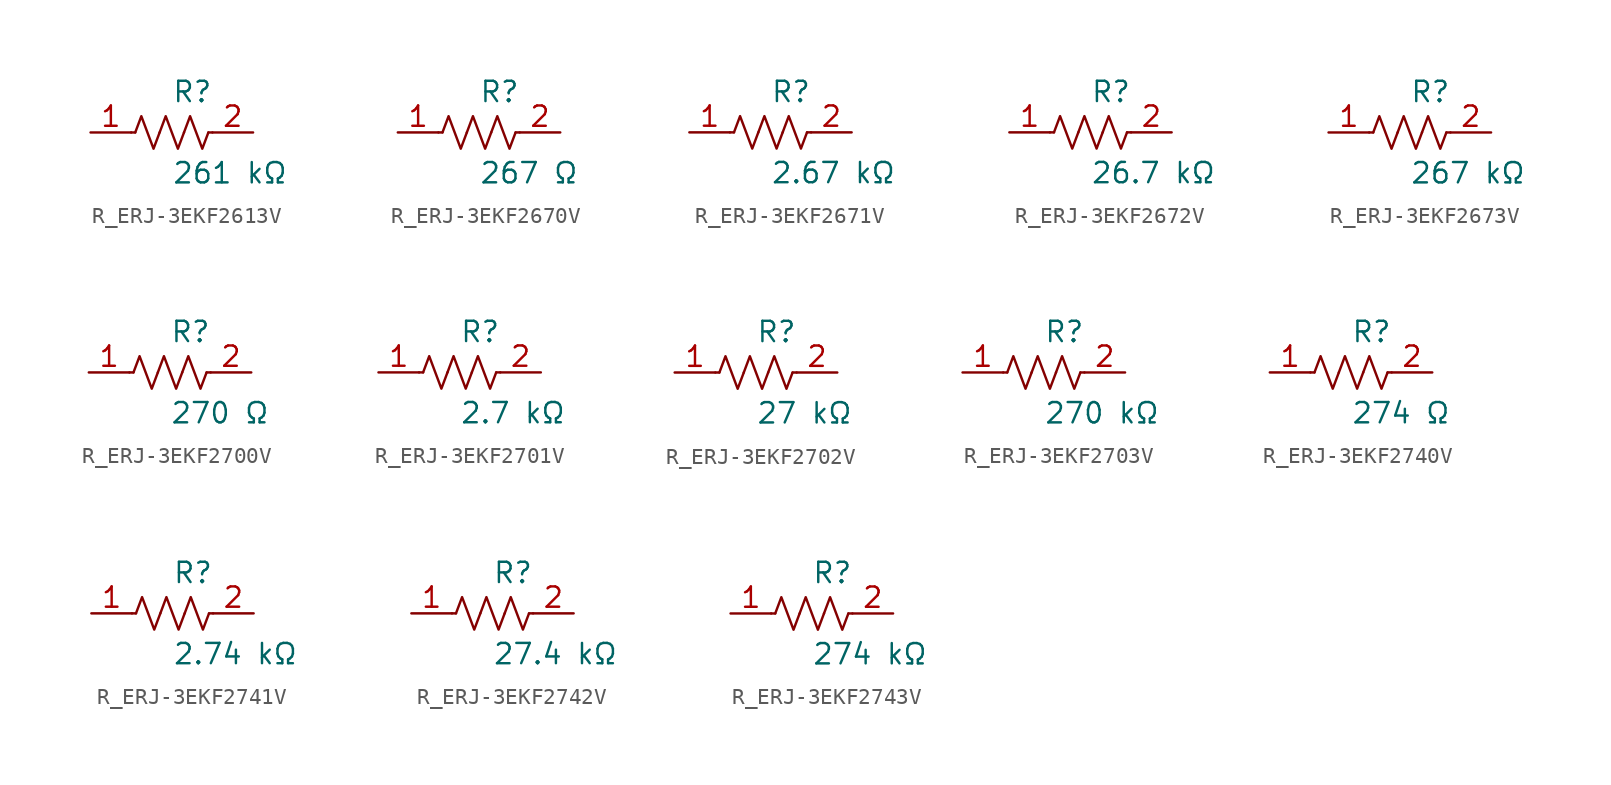
<source format=kicad_sym>
(kicad_symbol_lib
  (version 20231120)
  (generator kicad_symbol_editor)
  (generator_version 8.0)
  (symbol "R_ERJ-3EKF2613V"
    (pin_names
      (offset 0.254))
    (property "Reference" "R"
      (at 0.0 2.54 0)
      (effects (font (size 1.27 1.27)) (justify left)))
    (property "Value" "261 kΩ"
      (at 0.0 -2.54 0)
      (effects (font (size 1.27 1.27)) (justify left)))
    (symbol "R_ERJ-3EKF2613V_0_1"
      (polyline (pts (xy 2.286 0) (xy 2.54 0)) (stroke (width 0) (type default)) (fill (type none)))
      (polyline (pts (xy -2.286 0) (xy -2.54 0)) (stroke (width 0) (type default)) (fill (type none)))
      (polyline (pts (xy 0.762 0) (xy 1.143 1.016) (xy 1.524 0) (xy 1.905 -1.016) (xy 2.286 0)) (stroke (width 0) (type default)) (fill (type none)))
      (polyline (pts (xy -0.762 0) (xy -0.381 1.016) (xy 0 0) (xy 0.381 -1.016) (xy 0.762 0)) (stroke (width 0) (type default)) (fill (type none)))
      (polyline (pts (xy -2.286 0) (xy -1.905 1.016) (xy -1.524 0) (xy -1.143 -1.016) (xy -0.762 0)) (stroke (width 0) (type default)) (fill (type none))))
    (pin unspecified line
      (at -5.08 0 0)
      (length 2.54)
      (name "" (effects (font (size 1.27 1.27))))
      (number "1" (effects (font (size 1.27 1.27)))))
    (pin unspecified line
      (at 5.08 0 180)
      (length 2.54)
      (name "" (effects (font (size 1.27 1.27))))
      (number "2" (effects (font (size 1.27 1.27))))))
  (symbol "R_ERJ-3EKF2670V"
    (pin_names
      (offset 0.254))
    (property "Reference" "R"
      (at 0.0 2.54 0)
      (effects (font (size 1.27 1.27)) (justify left)))
    (property "Value" "267 Ω"
      (at 0.0 -2.54 0)
      (effects (font (size 1.27 1.27)) (justify left)))
    (symbol "R_ERJ-3EKF2670V_0_1"
      (polyline (pts (xy 2.286 0) (xy 2.54 0)) (stroke (width 0) (type default)) (fill (type none)))
      (polyline (pts (xy -2.286 0) (xy -2.54 0)) (stroke (width 0) (type default)) (fill (type none)))
      (polyline (pts (xy 0.762 0) (xy 1.143 1.016) (xy 1.524 0) (xy 1.905 -1.016) (xy 2.286 0)) (stroke (width 0) (type default)) (fill (type none)))
      (polyline (pts (xy -0.762 0) (xy -0.381 1.016) (xy 0 0) (xy 0.381 -1.016) (xy 0.762 0)) (stroke (width 0) (type default)) (fill (type none)))
      (polyline (pts (xy -2.286 0) (xy -1.905 1.016) (xy -1.524 0) (xy -1.143 -1.016) (xy -0.762 0)) (stroke (width 0) (type default)) (fill (type none))))
    (pin unspecified line
      (at -5.08 0 0)
      (length 2.54)
      (name "" (effects (font (size 1.27 1.27))))
      (number "1" (effects (font (size 1.27 1.27)))))
    (pin unspecified line
      (at 5.08 0 180)
      (length 2.54)
      (name "" (effects (font (size 1.27 1.27))))
      (number "2" (effects (font (size 1.27 1.27))))))
  (symbol "R_ERJ-3EKF2671V"
    (pin_names
      (offset 0.254))
    (property "Reference" "R"
      (at 0.0 2.54 0)
      (effects (font (size 1.27 1.27)) (justify left)))
    (property "Value" "2.67 kΩ"
      (at 0.0 -2.54 0)
      (effects (font (size 1.27 1.27)) (justify left)))
    (symbol "R_ERJ-3EKF2671V_0_1"
      (polyline (pts (xy 2.286 0) (xy 2.54 0)) (stroke (width 0) (type default)) (fill (type none)))
      (polyline (pts (xy -2.286 0) (xy -2.54 0)) (stroke (width 0) (type default)) (fill (type none)))
      (polyline (pts (xy 0.762 0) (xy 1.143 1.016) (xy 1.524 0) (xy 1.905 -1.016) (xy 2.286 0)) (stroke (width 0) (type default)) (fill (type none)))
      (polyline (pts (xy -0.762 0) (xy -0.381 1.016) (xy 0 0) (xy 0.381 -1.016) (xy 0.762 0)) (stroke (width 0) (type default)) (fill (type none)))
      (polyline (pts (xy -2.286 0) (xy -1.905 1.016) (xy -1.524 0) (xy -1.143 -1.016) (xy -0.762 0)) (stroke (width 0) (type default)) (fill (type none))))
    (pin unspecified line
      (at -5.08 0 0)
      (length 2.54)
      (name "" (effects (font (size 1.27 1.27))))
      (number "1" (effects (font (size 1.27 1.27)))))
    (pin unspecified line
      (at 5.08 0 180)
      (length 2.54)
      (name "" (effects (font (size 1.27 1.27))))
      (number "2" (effects (font (size 1.27 1.27))))))
  (symbol "R_ERJ-3EKF2672V"
    (pin_names
      (offset 0.254))
    (property "Reference" "R"
      (at 0.0 2.54 0)
      (effects (font (size 1.27 1.27)) (justify left)))
    (property "Value" "26.7 kΩ"
      (at 0.0 -2.54 0)
      (effects (font (size 1.27 1.27)) (justify left)))
    (symbol "R_ERJ-3EKF2672V_0_1"
      (polyline (pts (xy 2.286 0) (xy 2.54 0)) (stroke (width 0) (type default)) (fill (type none)))
      (polyline (pts (xy -2.286 0) (xy -2.54 0)) (stroke (width 0) (type default)) (fill (type none)))
      (polyline (pts (xy 0.762 0) (xy 1.143 1.016) (xy 1.524 0) (xy 1.905 -1.016) (xy 2.286 0)) (stroke (width 0) (type default)) (fill (type none)))
      (polyline (pts (xy -0.762 0) (xy -0.381 1.016) (xy 0 0) (xy 0.381 -1.016) (xy 0.762 0)) (stroke (width 0) (type default)) (fill (type none)))
      (polyline (pts (xy -2.286 0) (xy -1.905 1.016) (xy -1.524 0) (xy -1.143 -1.016) (xy -0.762 0)) (stroke (width 0) (type default)) (fill (type none))))
    (pin unspecified line
      (at -5.08 0 0)
      (length 2.54)
      (name "" (effects (font (size 1.27 1.27))))
      (number "1" (effects (font (size 1.27 1.27)))))
    (pin unspecified line
      (at 5.08 0 180)
      (length 2.54)
      (name "" (effects (font (size 1.27 1.27))))
      (number "2" (effects (font (size 1.27 1.27))))))
  (symbol "R_ERJ-3EKF2673V"
    (pin_names
      (offset 0.254))
    (property "Reference" "R"
      (at 0.0 2.54 0)
      (effects (font (size 1.27 1.27)) (justify left)))
    (property "Value" "267 kΩ"
      (at 0.0 -2.54 0)
      (effects (font (size 1.27 1.27)) (justify left)))
    (symbol "R_ERJ-3EKF2673V_0_1"
      (polyline (pts (xy 2.286 0) (xy 2.54 0)) (stroke (width 0) (type default)) (fill (type none)))
      (polyline (pts (xy -2.286 0) (xy -2.54 0)) (stroke (width 0) (type default)) (fill (type none)))
      (polyline (pts (xy 0.762 0) (xy 1.143 1.016) (xy 1.524 0) (xy 1.905 -1.016) (xy 2.286 0)) (stroke (width 0) (type default)) (fill (type none)))
      (polyline (pts (xy -0.762 0) (xy -0.381 1.016) (xy 0 0) (xy 0.381 -1.016) (xy 0.762 0)) (stroke (width 0) (type default)) (fill (type none)))
      (polyline (pts (xy -2.286 0) (xy -1.905 1.016) (xy -1.524 0) (xy -1.143 -1.016) (xy -0.762 0)) (stroke (width 0) (type default)) (fill (type none))))
    (pin unspecified line
      (at -5.08 0 0)
      (length 2.54)
      (name "" (effects (font (size 1.27 1.27))))
      (number "1" (effects (font (size 1.27 1.27)))))
    (pin unspecified line
      (at 5.08 0 180)
      (length 2.54)
      (name "" (effects (font (size 1.27 1.27))))
      (number "2" (effects (font (size 1.27 1.27))))))
  (symbol "R_ERJ-3EKF2700V"
    (pin_names
      (offset 0.254))
    (property "Reference" "R"
      (at 0.0 2.54 0)
      (effects (font (size 1.27 1.27)) (justify left)))
    (property "Value" "270 Ω"
      (at 0.0 -2.54 0)
      (effects (font (size 1.27 1.27)) (justify left)))
    (symbol "R_ERJ-3EKF2700V_0_1"
      (polyline (pts (xy 2.286 0) (xy 2.54 0)) (stroke (width 0) (type default)) (fill (type none)))
      (polyline (pts (xy -2.286 0) (xy -2.54 0)) (stroke (width 0) (type default)) (fill (type none)))
      (polyline (pts (xy 0.762 0) (xy 1.143 1.016) (xy 1.524 0) (xy 1.905 -1.016) (xy 2.286 0)) (stroke (width 0) (type default)) (fill (type none)))
      (polyline (pts (xy -0.762 0) (xy -0.381 1.016) (xy 0 0) (xy 0.381 -1.016) (xy 0.762 0)) (stroke (width 0) (type default)) (fill (type none)))
      (polyline (pts (xy -2.286 0) (xy -1.905 1.016) (xy -1.524 0) (xy -1.143 -1.016) (xy -0.762 0)) (stroke (width 0) (type default)) (fill (type none))))
    (pin unspecified line
      (at -5.08 0 0)
      (length 2.54)
      (name "" (effects (font (size 1.27 1.27))))
      (number "1" (effects (font (size 1.27 1.27)))))
    (pin unspecified line
      (at 5.08 0 180)
      (length 2.54)
      (name "" (effects (font (size 1.27 1.27))))
      (number "2" (effects (font (size 1.27 1.27))))))
  (symbol "R_ERJ-3EKF2701V"
    (pin_names
      (offset 0.254))
    (property "Reference" "R"
      (at 0.0 2.54 0)
      (effects (font (size 1.27 1.27)) (justify left)))
    (property "Value" "2.7 kΩ"
      (at 0.0 -2.54 0)
      (effects (font (size 1.27 1.27)) (justify left)))
    (symbol "R_ERJ-3EKF2701V_0_1"
      (polyline (pts (xy 2.286 0) (xy 2.54 0)) (stroke (width 0) (type default)) (fill (type none)))
      (polyline (pts (xy -2.286 0) (xy -2.54 0)) (stroke (width 0) (type default)) (fill (type none)))
      (polyline (pts (xy 0.762 0) (xy 1.143 1.016) (xy 1.524 0) (xy 1.905 -1.016) (xy 2.286 0)) (stroke (width 0) (type default)) (fill (type none)))
      (polyline (pts (xy -0.762 0) (xy -0.381 1.016) (xy 0 0) (xy 0.381 -1.016) (xy 0.762 0)) (stroke (width 0) (type default)) (fill (type none)))
      (polyline (pts (xy -2.286 0) (xy -1.905 1.016) (xy -1.524 0) (xy -1.143 -1.016) (xy -0.762 0)) (stroke (width 0) (type default)) (fill (type none))))
    (pin unspecified line
      (at -5.08 0 0)
      (length 2.54)
      (name "" (effects (font (size 1.27 1.27))))
      (number "1" (effects (font (size 1.27 1.27)))))
    (pin unspecified line
      (at 5.08 0 180)
      (length 2.54)
      (name "" (effects (font (size 1.27 1.27))))
      (number "2" (effects (font (size 1.27 1.27))))))
  (symbol "R_ERJ-3EKF2702V"
    (pin_names
      (offset 0.254))
    (property "Reference" "R"
      (at 0.0 2.54 0)
      (effects (font (size 1.27 1.27)) (justify left)))
    (property "Value" "27 kΩ"
      (at 0.0 -2.54 0)
      (effects (font (size 1.27 1.27)) (justify left)))
    (symbol "R_ERJ-3EKF2702V_0_1"
      (polyline (pts (xy 2.286 0) (xy 2.54 0)) (stroke (width 0) (type default)) (fill (type none)))
      (polyline (pts (xy -2.286 0) (xy -2.54 0)) (stroke (width 0) (type default)) (fill (type none)))
      (polyline (pts (xy 0.762 0) (xy 1.143 1.016) (xy 1.524 0) (xy 1.905 -1.016) (xy 2.286 0)) (stroke (width 0) (type default)) (fill (type none)))
      (polyline (pts (xy -0.762 0) (xy -0.381 1.016) (xy 0 0) (xy 0.381 -1.016) (xy 0.762 0)) (stroke (width 0) (type default)) (fill (type none)))
      (polyline (pts (xy -2.286 0) (xy -1.905 1.016) (xy -1.524 0) (xy -1.143 -1.016) (xy -0.762 0)) (stroke (width 0) (type default)) (fill (type none))))
    (pin unspecified line
      (at -5.08 0 0)
      (length 2.54)
      (name "" (effects (font (size 1.27 1.27))))
      (number "1" (effects (font (size 1.27 1.27)))))
    (pin unspecified line
      (at 5.08 0 180)
      (length 2.54)
      (name "" (effects (font (size 1.27 1.27))))
      (number "2" (effects (font (size 1.27 1.27))))))
  (symbol "R_ERJ-3EKF2703V"
    (pin_names
      (offset 0.254))
    (property "Reference" "R"
      (at 0.0 2.54 0)
      (effects (font (size 1.27 1.27)) (justify left)))
    (property "Value" "270 kΩ"
      (at 0.0 -2.54 0)
      (effects (font (size 1.27 1.27)) (justify left)))
    (symbol "R_ERJ-3EKF2703V_0_1"
      (polyline (pts (xy 2.286 0) (xy 2.54 0)) (stroke (width 0) (type default)) (fill (type none)))
      (polyline (pts (xy -2.286 0) (xy -2.54 0)) (stroke (width 0) (type default)) (fill (type none)))
      (polyline (pts (xy 0.762 0) (xy 1.143 1.016) (xy 1.524 0) (xy 1.905 -1.016) (xy 2.286 0)) (stroke (width 0) (type default)) (fill (type none)))
      (polyline (pts (xy -0.762 0) (xy -0.381 1.016) (xy 0 0) (xy 0.381 -1.016) (xy 0.762 0)) (stroke (width 0) (type default)) (fill (type none)))
      (polyline (pts (xy -2.286 0) (xy -1.905 1.016) (xy -1.524 0) (xy -1.143 -1.016) (xy -0.762 0)) (stroke (width 0) (type default)) (fill (type none))))
    (pin unspecified line
      (at -5.08 0 0)
      (length 2.54)
      (name "" (effects (font (size 1.27 1.27))))
      (number "1" (effects (font (size 1.27 1.27)))))
    (pin unspecified line
      (at 5.08 0 180)
      (length 2.54)
      (name "" (effects (font (size 1.27 1.27))))
      (number "2" (effects (font (size 1.27 1.27))))))
  (symbol "R_ERJ-3EKF2740V"
    (pin_names
      (offset 0.254))
    (property "Reference" "R"
      (at 0.0 2.54 0)
      (effects (font (size 1.27 1.27)) (justify left)))
    (property "Value" "274 Ω"
      (at 0.0 -2.54 0)
      (effects (font (size 1.27 1.27)) (justify left)))
    (symbol "R_ERJ-3EKF2740V_0_1"
      (polyline (pts (xy 2.286 0) (xy 2.54 0)) (stroke (width 0) (type default)) (fill (type none)))
      (polyline (pts (xy -2.286 0) (xy -2.54 0)) (stroke (width 0) (type default)) (fill (type none)))
      (polyline (pts (xy 0.762 0) (xy 1.143 1.016) (xy 1.524 0) (xy 1.905 -1.016) (xy 2.286 0)) (stroke (width 0) (type default)) (fill (type none)))
      (polyline (pts (xy -0.762 0) (xy -0.381 1.016) (xy 0 0) (xy 0.381 -1.016) (xy 0.762 0)) (stroke (width 0) (type default)) (fill (type none)))
      (polyline (pts (xy -2.286 0) (xy -1.905 1.016) (xy -1.524 0) (xy -1.143 -1.016) (xy -0.762 0)) (stroke (width 0) (type default)) (fill (type none))))
    (pin unspecified line
      (at -5.08 0 0)
      (length 2.54)
      (name "" (effects (font (size 1.27 1.27))))
      (number "1" (effects (font (size 1.27 1.27)))))
    (pin unspecified line
      (at 5.08 0 180)
      (length 2.54)
      (name "" (effects (font (size 1.27 1.27))))
      (number "2" (effects (font (size 1.27 1.27))))))
  (symbol "R_ERJ-3EKF2741V"
    (pin_names
      (offset 0.254))
    (property "Reference" "R"
      (at 0.0 2.54 0)
      (effects (font (size 1.27 1.27)) (justify left)))
    (property "Value" "2.74 kΩ"
      (at 0.0 -2.54 0)
      (effects (font (size 1.27 1.27)) (justify left)))
    (symbol "R_ERJ-3EKF2741V_0_1"
      (polyline (pts (xy 2.286 0) (xy 2.54 0)) (stroke (width 0) (type default)) (fill (type none)))
      (polyline (pts (xy -2.286 0) (xy -2.54 0)) (stroke (width 0) (type default)) (fill (type none)))
      (polyline (pts (xy 0.762 0) (xy 1.143 1.016) (xy 1.524 0) (xy 1.905 -1.016) (xy 2.286 0)) (stroke (width 0) (type default)) (fill (type none)))
      (polyline (pts (xy -0.762 0) (xy -0.381 1.016) (xy 0 0) (xy 0.381 -1.016) (xy 0.762 0)) (stroke (width 0) (type default)) (fill (type none)))
      (polyline (pts (xy -2.286 0) (xy -1.905 1.016) (xy -1.524 0) (xy -1.143 -1.016) (xy -0.762 0)) (stroke (width 0) (type default)) (fill (type none))))
    (pin unspecified line
      (at -5.08 0 0)
      (length 2.54)
      (name "" (effects (font (size 1.27 1.27))))
      (number "1" (effects (font (size 1.27 1.27)))))
    (pin unspecified line
      (at 5.08 0 180)
      (length 2.54)
      (name "" (effects (font (size 1.27 1.27))))
      (number "2" (effects (font (size 1.27 1.27))))))
  (symbol "R_ERJ-3EKF2742V"
    (pin_names
      (offset 0.254))
    (property "Reference" "R"
      (at 0.0 2.54 0)
      (effects (font (size 1.27 1.27)) (justify left)))
    (property "Value" "27.4 kΩ"
      (at 0.0 -2.54 0)
      (effects (font (size 1.27 1.27)) (justify left)))
    (symbol "R_ERJ-3EKF2742V_0_1"
      (polyline (pts (xy 2.286 0) (xy 2.54 0)) (stroke (width 0) (type default)) (fill (type none)))
      (polyline (pts (xy -2.286 0) (xy -2.54 0)) (stroke (width 0) (type default)) (fill (type none)))
      (polyline (pts (xy 0.762 0) (xy 1.143 1.016) (xy 1.524 0) (xy 1.905 -1.016) (xy 2.286 0)) (stroke (width 0) (type default)) (fill (type none)))
      (polyline (pts (xy -0.762 0) (xy -0.381 1.016) (xy 0 0) (xy 0.381 -1.016) (xy 0.762 0)) (stroke (width 0) (type default)) (fill (type none)))
      (polyline (pts (xy -2.286 0) (xy -1.905 1.016) (xy -1.524 0) (xy -1.143 -1.016) (xy -0.762 0)) (stroke (width 0) (type default)) (fill (type none))))
    (pin unspecified line
      (at -5.08 0 0)
      (length 2.54)
      (name "" (effects (font (size 1.27 1.27))))
      (number "1" (effects (font (size 1.27 1.27)))))
    (pin unspecified line
      (at 5.08 0 180)
      (length 2.54)
      (name "" (effects (font (size 1.27 1.27))))
      (number "2" (effects (font (size 1.27 1.27))))))
  (symbol "R_ERJ-3EKF2743V"
    (pin_names
      (offset 0.254))
    (property "Reference" "R"
      (at 0.0 2.54 0)
      (effects (font (size 1.27 1.27)) (justify left)))
    (property "Value" "274 kΩ"
      (at 0.0 -2.54 0)
      (effects (font (size 1.27 1.27)) (justify left)))
    (symbol "R_ERJ-3EKF2743V_0_1"
      (polyline (pts (xy 2.286 0) (xy 2.54 0)) (stroke (width 0) (type default)) (fill (type none)))
      (polyline (pts (xy -2.286 0) (xy -2.54 0)) (stroke (width 0) (type default)) (fill (type none)))
      (polyline (pts (xy 0.762 0) (xy 1.143 1.016) (xy 1.524 0) (xy 1.905 -1.016) (xy 2.286 0)) (stroke (width 0) (type default)) (fill (type none)))
      (polyline (pts (xy -0.762 0) (xy -0.381 1.016) (xy 0 0) (xy 0.381 -1.016) (xy 0.762 0)) (stroke (width 0) (type default)) (fill (type none)))
      (polyline (pts (xy -2.286 0) (xy -1.905 1.016) (xy -1.524 0) (xy -1.143 -1.016) (xy -0.762 0)) (stroke (width 0) (type default)) (fill (type none))))
    (pin unspecified line
      (at -5.08 0 0)
      (length 2.54)
      (name "" (effects (font (size 1.27 1.27))))
      (number "1" (effects (font (size 1.27 1.27)))))
    (pin unspecified line
      (at 5.08 0 180)
      (length 2.54)
      (name "" (effects (font (size 1.27 1.27))))
      (number "2" (effects (font (size 1.27 1.27)))))))
</source>
